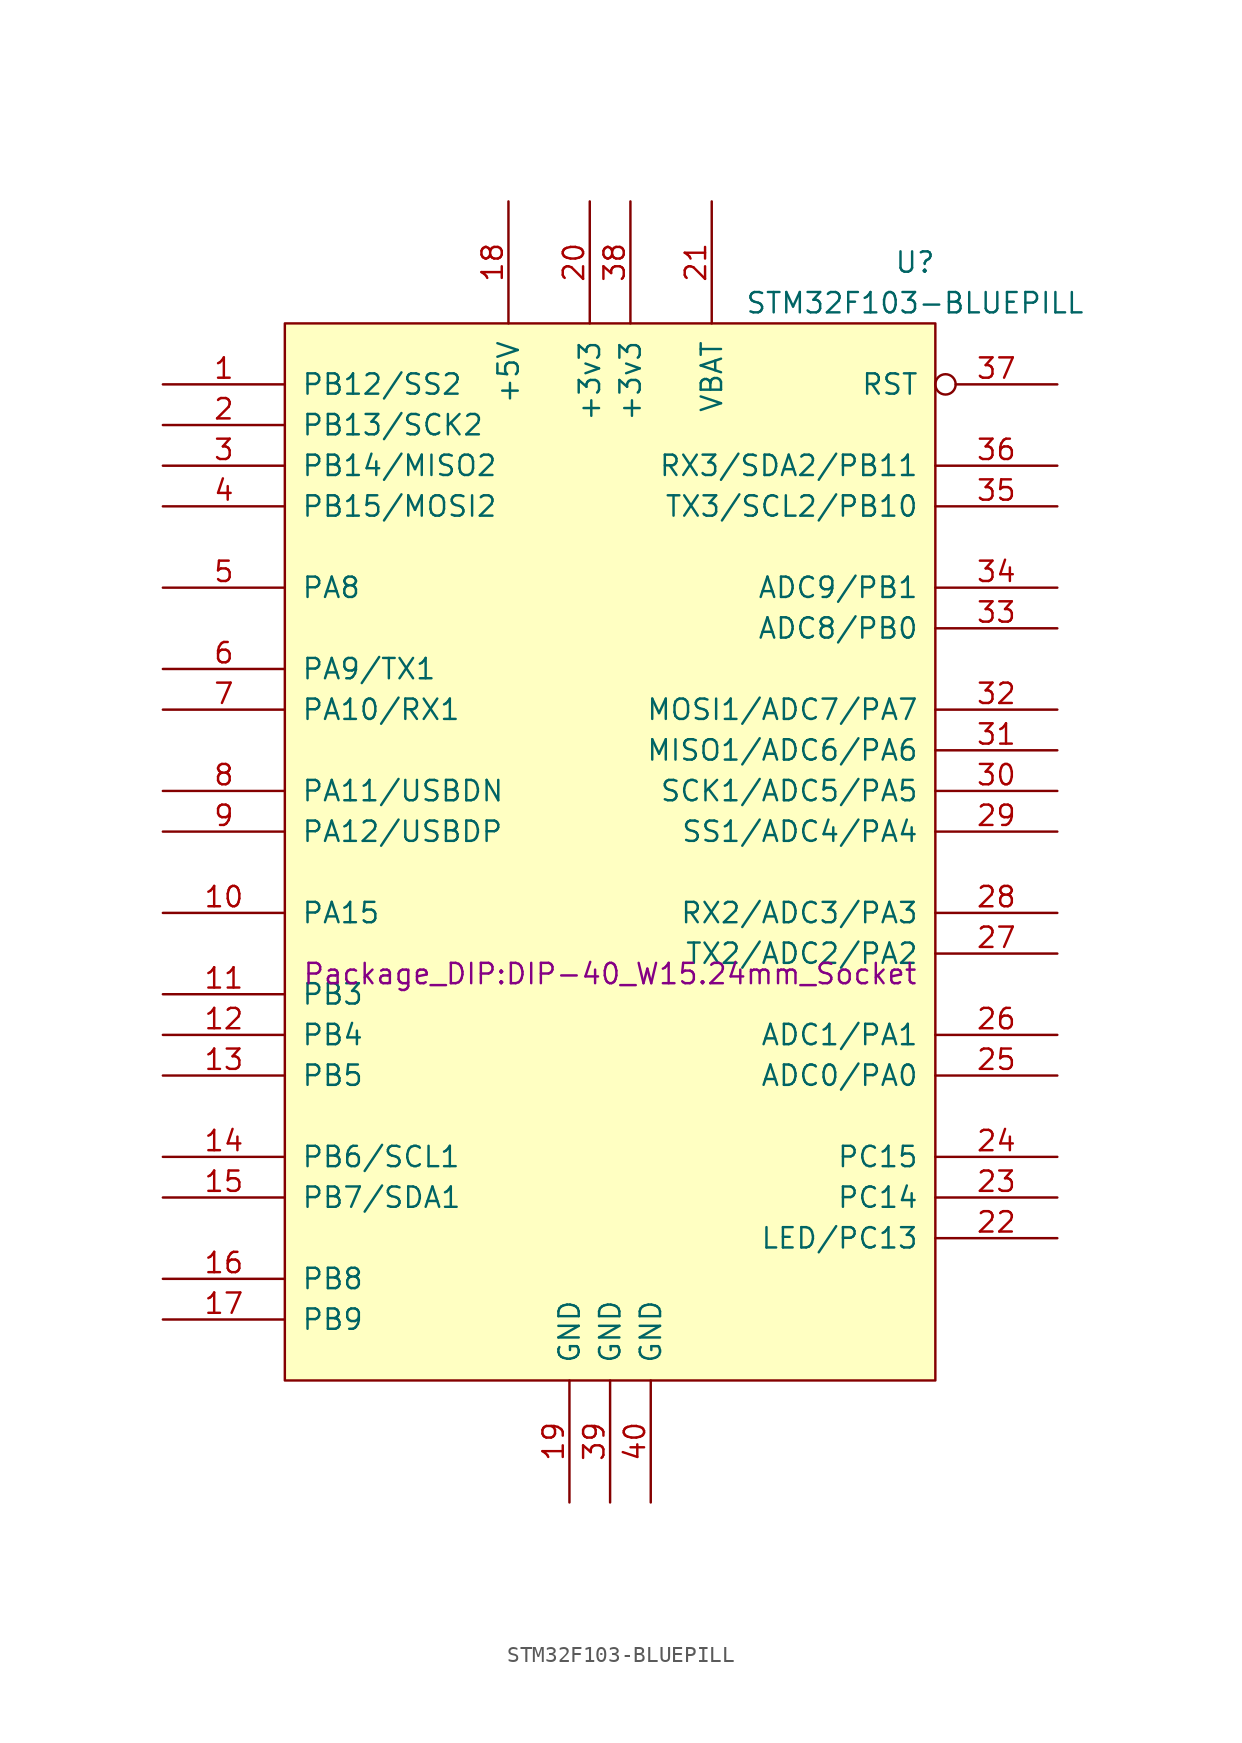
<source format=kicad_sym>
(kicad_symbol_lib
  (version 20211014)
  (generator kicad_symbol_editor)
  (symbol "STM32F103-BLUEPILL"
    (pin_names
      (offset 1.016))
    (property "Reference" "U"
      (at 19.05 36.83 0)
      (effects (font (size 1.27 1.27))))
    (property "Value" "STM32F103-BLUEPILL"
      (at 19.05 34.29 0)
      (effects (font (size 1.27 1.27))))
    (property "Footprint" "Package_DIP:DIP-40_W15.24mm_Socket"
      (at 0 -7.62 0)
      (effects (font (size 1.27 1.27))))
    (property "Datasheet" ""
      (at 0 -7.62 0)
      (effects (font (size 1.27 1.27))))
    (symbol "STM32F103-BLUEPILL_0_1"
      (rectangle (start -20.32 33.02) (end 20.32 -33.02) (stroke (width 0) (type default) (color 0 0 0 0)) (fill (type background))))
    (symbol "STM32F103-BLUEPILL_1_1"
      (pin bidirectional line (at -27.94 29.21 0) (length 7.62) (name "PB12/SS2" (effects (font (size 1.27 1.27)))) (number "1" (effects (font (size 1.27 1.27)))))
      (pin bidirectional line (at -27.94 -3.81 0) (length 7.62) (name "PA15" (effects (font (size 1.27 1.27)))) (number "10" (effects (font (size 1.27 1.27)))))
      (pin bidirectional line (at -27.94 -8.89 0) (length 7.62) (name "PB3" (effects (font (size 1.27 1.27)))) (number "11" (effects (font (size 1.27 1.27)))))
      (pin bidirectional line (at -27.94 -11.43 0) (length 7.62) (name "PB4" (effects (font (size 1.27 1.27)))) (number "12" (effects (font (size 1.27 1.27)))))
      (pin bidirectional line (at -27.94 -13.97 0) (length 7.62) (name "PB5" (effects (font (size 1.27 1.27)))) (number "13" (effects (font (size 1.27 1.27)))))
      (pin bidirectional line (at -27.94 -19.05 0) (length 7.62) (name "PB6/SCL1" (effects (font (size 1.27 1.27)))) (number "14" (effects (font (size 1.27 1.27)))))
      (pin bidirectional line (at -27.94 -21.59 0) (length 7.62) (name "PB7/SDA1" (effects (font (size 1.27 1.27)))) (number "15" (effects (font (size 1.27 1.27)))))
      (pin bidirectional line (at -27.94 -26.67 0) (length 7.62) (name "PB8" (effects (font (size 1.27 1.27)))) (number "16" (effects (font (size 1.27 1.27)))))
      (pin bidirectional line (at -27.94 -29.21 0) (length 7.62) (name "PB9" (effects (font (size 1.27 1.27)))) (number "17" (effects (font (size 1.27 1.27)))))
      (pin power_in line (at -6.35 40.64 270) (length 7.62) (name "+5V" (effects (font (size 1.27 1.27)))) (number "18" (effects (font (size 1.27 1.27)))))
      (pin power_in line (at -2.54 -40.64 90) (length 7.62) (name "GND" (effects (font (size 1.27 1.27)))) (number "19" (effects (font (size 1.27 1.27)))))
      (pin bidirectional line (at -27.94 26.67 0) (length 7.62) (name "PB13/SCK2" (effects (font (size 1.27 1.27)))) (number "2" (effects (font (size 1.27 1.27)))))
      (pin power_out line (at -1.27 40.64 270) (length 7.62) (name "+3v3" (effects (font (size 1.27 1.27)))) (number "20" (effects (font (size 1.27 1.27)))))
      (pin power_in line (at 6.35 40.64 270) (length 7.62) (name "VBAT" (effects (font (size 1.27 1.27)))) (number "21" (effects (font (size 1.27 1.27)))))
      (pin bidirectional line (at 27.94 -24.13 180) (length 7.62) (name "LED/PC13" (effects (font (size 1.27 1.27)))) (number "22" (effects (font (size 1.27 1.27)))))
      (pin bidirectional line (at 27.94 -21.59 180) (length 7.62) (name "PC14" (effects (font (size 1.27 1.27)))) (number "23" (effects (font (size 1.27 1.27)))))
      (pin bidirectional line (at 27.94 -19.05 180) (length 7.62) (name "PC15" (effects (font (size 1.27 1.27)))) (number "24" (effects (font (size 1.27 1.27)))))
      (pin bidirectional line (at 27.94 -13.97 180) (length 7.62) (name "ADC0/PA0" (effects (font (size 1.27 1.27)))) (number "25" (effects (font (size 1.27 1.27)))))
      (pin bidirectional line (at 27.94 -11.43 180) (length 7.62) (name "ADC1/PA1" (effects (font (size 1.27 1.27)))) (number "26" (effects (font (size 1.27 1.27)))))
      (pin bidirectional line (at 27.94 -6.35 180) (length 7.62) (name "TX2/ADC2/PA2" (effects (font (size 1.27 1.27)))) (number "27" (effects (font (size 1.27 1.27)))))
      (pin bidirectional line (at 27.94 -3.81 180) (length 7.62) (name "RX2/ADC3/PA3" (effects (font (size 1.27 1.27)))) (number "28" (effects (font (size 1.27 1.27)))))
      (pin bidirectional line (at 27.94 1.27 180) (length 7.62) (name "SS1/ADC4/PA4" (effects (font (size 1.27 1.27)))) (number "29" (effects (font (size 1.27 1.27)))))
      (pin bidirectional line (at -27.94 24.13 0) (length 7.62) (name "PB14/MISO2" (effects (font (size 1.27 1.27)))) (number "3" (effects (font (size 1.27 1.27)))))
      (pin bidirectional line (at 27.94 3.81 180) (length 7.62) (name "SCK1/ADC5/PA5" (effects (font (size 1.27 1.27)))) (number "30" (effects (font (size 1.27 1.27)))))
      (pin bidirectional line (at 27.94 6.35 180) (length 7.62) (name "MISO1/ADC6/PA6" (effects (font (size 1.27 1.27)))) (number "31" (effects (font (size 1.27 1.27)))))
      (pin bidirectional line (at 27.94 8.89 180) (length 7.62) (name "MOSI1/ADC7/PA7" (effects (font (size 1.27 1.27)))) (number "32" (effects (font (size 1.27 1.27)))))
      (pin bidirectional line (at 27.94 13.97 180) (length 7.62) (name "ADC8/PB0" (effects (font (size 1.27 1.27)))) (number "33" (effects (font (size 1.27 1.27)))))
      (pin bidirectional line (at 27.94 16.51 180) (length 7.62) (name "ADC9/PB1" (effects (font (size 1.27 1.27)))) (number "34" (effects (font (size 1.27 1.27)))))
      (pin bidirectional line (at 27.94 21.59 180) (length 7.62) (name "TX3/SCL2/PB10" (effects (font (size 1.27 1.27)))) (number "35" (effects (font (size 1.27 1.27)))))
      (pin bidirectional line (at 27.94 24.13 180) (length 7.62) (name "RX3/SDA2/PB11" (effects (font (size 1.27 1.27)))) (number "36" (effects (font (size 1.27 1.27)))))
      (pin input inverted (at 27.94 29.21 180) (length 7.62) (name "RST" (effects (font (size 1.27 1.27)))) (number "37" (effects (font (size 1.27 1.27)))))
      (pin power_out line (at 1.27 40.64 270) (length 7.62) (name "+3v3" (effects (font (size 1.27 1.27)))) (number "38" (effects (font (size 1.27 1.27)))))
      (pin power_in line (at 0 -40.64 90) (length 7.62) (name "GND" (effects (font (size 1.27 1.27)))) (number "39" (effects (font (size 1.27 1.27)))))
      (pin bidirectional line (at -27.94 21.59 0) (length 7.62) (name "PB15/MOSI2" (effects (font (size 1.27 1.27)))) (number "4" (effects (font (size 1.27 1.27)))))
      (pin power_in line (at 2.54 -40.64 90) (length 7.62) (name "GND" (effects (font (size 1.27 1.27)))) (number "40" (effects (font (size 1.27 1.27)))))
      (pin bidirectional line (at -27.94 16.51 0) (length 7.62) (name "PA8" (effects (font (size 1.27 1.27)))) (number "5" (effects (font (size 1.27 1.27)))))
      (pin bidirectional line (at -27.94 11.43 0) (length 7.62) (name "PA9/TX1" (effects (font (size 1.27 1.27)))) (number "6" (effects (font (size 1.27 1.27)))))
      (pin bidirectional line (at -27.94 8.89 0) (length 7.62) (name "PA10/RX1" (effects (font (size 1.27 1.27)))) (number "7" (effects (font (size 1.27 1.27)))))
      (pin bidirectional line (at -27.94 3.81 0) (length 7.62) (name "PA11/USBDN" (effects (font (size 1.27 1.27)))) (number "8" (effects (font (size 1.27 1.27)))))
      (pin bidirectional line (at -27.94 1.27 0) (length 7.62) (name "PA12/USBDP" (effects (font (size 1.27 1.27)))) (number "9" (effects (font (size 1.27 1.27))))))))
</source>
